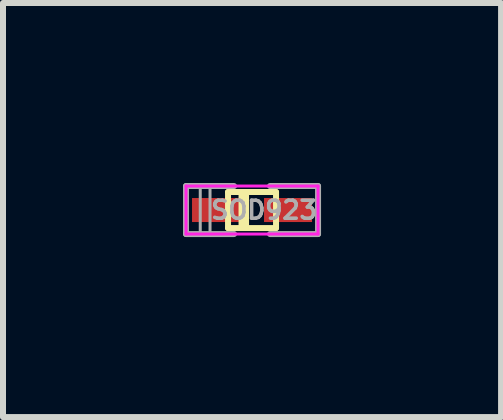
<source format=kicad_pcb>
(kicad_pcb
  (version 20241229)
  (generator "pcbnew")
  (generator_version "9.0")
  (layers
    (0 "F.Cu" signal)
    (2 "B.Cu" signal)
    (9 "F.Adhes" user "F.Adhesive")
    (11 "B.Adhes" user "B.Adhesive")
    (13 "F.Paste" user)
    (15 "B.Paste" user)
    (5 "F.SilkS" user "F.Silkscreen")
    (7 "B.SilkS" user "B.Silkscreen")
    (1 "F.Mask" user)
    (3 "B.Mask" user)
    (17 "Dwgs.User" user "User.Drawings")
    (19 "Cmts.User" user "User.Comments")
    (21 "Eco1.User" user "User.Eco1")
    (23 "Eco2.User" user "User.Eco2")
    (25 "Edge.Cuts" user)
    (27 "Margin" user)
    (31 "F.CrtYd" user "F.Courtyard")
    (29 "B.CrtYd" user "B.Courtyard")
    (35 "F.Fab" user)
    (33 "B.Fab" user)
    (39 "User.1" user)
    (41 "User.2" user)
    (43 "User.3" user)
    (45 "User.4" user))
  (footprint "SOD923"
    (layer "F.Cu")
    (at 1.15 0.45)
    (property "Reference" "SOD923" (at 0.2 0 0) (layer "F.Fab") (effects (font (size 0.3 0.3) (thickness 0.06))))
    (attr smd)
    (fp_line (start -0.4 0.3) (end -0.4 -0.3) (stroke (width 0.1) (type solid)) (layer "F.SilkS"))
    (fp_line (start 0.4 -0.3) (end -0.4 -0.3) (stroke (width 0.1) (type solid)) (layer "F.SilkS"))
    (fp_line (start 0.4 0.3) (end -0.4 0.3) (stroke (width 0.1) (type solid)) (layer "F.SilkS"))
    (fp_line (start 0.4 0.3) (end 0.4 -0.3) (stroke (width 0.1) (type solid)) (layer "F.SilkS"))
    (fp_poly (pts (xy -0.2 -0.3) (xy -0.2 0.3) (xy -0.075 0.3) (xy -0.075 -0.3)) (stroke (width 0.05) (type solid)) (fill yes) (layer "F.SilkS"))
    (fp_line (start -1.1 -0.4) (end -1.1 0.4) (stroke (width 0.05) (type solid)) (layer "F.CrtYd"))
    (fp_line (start 1.1 -0.4) (end -1.1 -0.4) (stroke (width 0.05) (type solid)) (layer "F.CrtYd"))
    (fp_line (start 1.1 -0.4) (end 1.1 0.4) (stroke (width 0.05) (type solid)) (layer "F.CrtYd"))
    (fp_line (start 1.1 0.4) (end -1.1 0.4) (stroke (width 0.05) (type solid)) (layer "F.CrtYd"))
    (fp_line (start -1.1 -0.4) (end -0.3 -0.4) (stroke (width 0.1) (type solid)) (layer "F.Fab"))
    (fp_line (start -1.1 0.4) (end -1.1 -0.4) (stroke (width 0.1) (type solid)) (layer "F.Fab"))
    (fp_line (start -1.1 0.4) (end -0.3 0.4) (stroke (width 0.1) (type solid)) (layer "F.Fab"))
    (fp_line (start 0.3 -0.4) (end 1.1 -0.4) (stroke (width 0.1) (type solid)) (layer "F.Fab"))
    (fp_line (start 0.3 0.4) (end 1.1 0.4) (stroke (width 0.1) (type solid)) (layer "F.Fab"))
    (fp_line (start 1.1 0.4) (end 1.1 -0.4) (stroke (width 0.1) (type solid)) (layer "F.Fab"))
    (fp_poly (pts (xy -0.863 -0.4) (xy -0.863 0.4) (xy -0.7 0.4) (xy -0.7 -0.4)) (stroke (width 0.05) (type solid)) (fill no) (layer "F.Fab"))
    (pad "1" smd rect (at -0.6 0) (size 0.8 0.4) (layers "F.Cu" "F.Mask" "F.Paste"))
    (pad "2" smd rect (at 0.6 0) (size 0.8 0.4) (layers "F.Cu" "F.Mask" "F.Paste")))
  (gr_rect
    (start -3 -3)
    (end 5.3 3.9)
    (stroke (width 0.1) (type default))
    (fill no)
    (layer "Edge.Cuts")))
</source>
